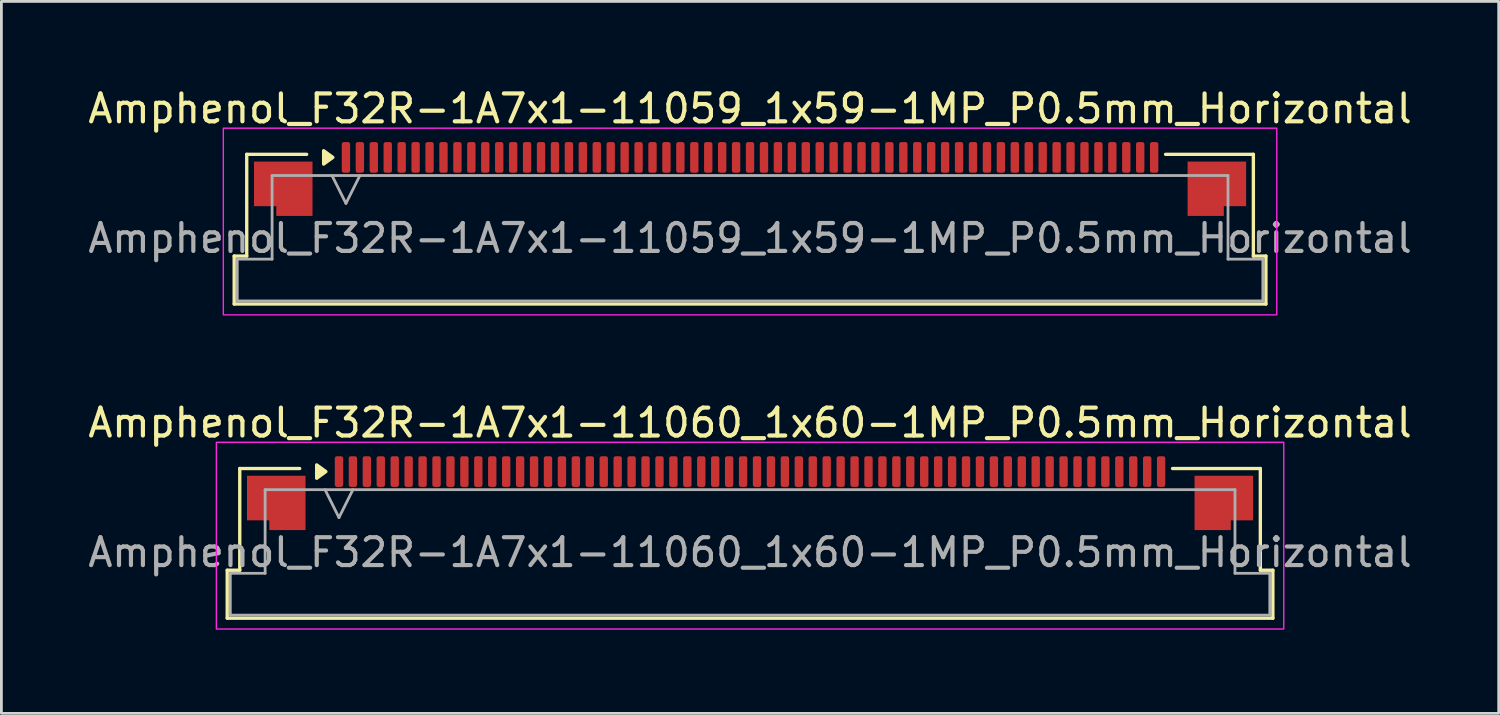
<source format=kicad_pcb>
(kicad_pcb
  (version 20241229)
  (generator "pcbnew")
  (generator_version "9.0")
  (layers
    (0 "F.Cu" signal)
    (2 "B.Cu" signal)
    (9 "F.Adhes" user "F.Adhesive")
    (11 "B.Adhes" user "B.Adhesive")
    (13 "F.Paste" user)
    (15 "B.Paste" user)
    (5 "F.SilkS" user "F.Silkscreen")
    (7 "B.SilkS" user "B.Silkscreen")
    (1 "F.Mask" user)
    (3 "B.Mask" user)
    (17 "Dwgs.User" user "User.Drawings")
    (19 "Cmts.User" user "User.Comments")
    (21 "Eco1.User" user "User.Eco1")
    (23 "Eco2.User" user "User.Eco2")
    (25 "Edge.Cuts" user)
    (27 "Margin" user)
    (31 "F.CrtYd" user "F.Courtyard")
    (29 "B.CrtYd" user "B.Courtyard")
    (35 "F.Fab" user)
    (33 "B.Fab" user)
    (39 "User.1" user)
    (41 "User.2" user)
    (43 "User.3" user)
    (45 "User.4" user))
  (footprint "Amphenol_F32R-1A7x1-11060_1x60-1MP_P0.5mm_Horizontal"
    (layer "F.Cu")
    (at 23.863 16.771)
    (property "Reference" "Amphenol_F32R-1A7x1-11060_1x60-1MP_P0.5mm_Horizontal" (at 0 -4.65 0) (layer "F.SilkS") (effects (font (size 1 1) (thickness 0.15))))
    (attr smd)
    (fp_line (start -18.76 0.64) (end -18.31 0.64) (stroke (width 0.12) (type solid)) (layer "F.SilkS"))
    (fp_line (start -18.76 2.36) (end -18.76 0.64) (stroke (width 0.12) (type solid)) (layer "F.SilkS"))
    (fp_line (start -18.31 -3.01) (end -16.16 -3.01) (stroke (width 0.12) (type solid)) (layer "F.SilkS"))
    (fp_line (start -18.31 0.64) (end -18.31 -3.01) (stroke (width 0.12) (type solid)) (layer "F.SilkS"))
    (fp_line (start 15.16 -3.01) (end 18.31 -3.01) (stroke (width 0.12) (type solid)) (layer "F.SilkS"))
    (fp_line (start 18.31 -3.01) (end 18.31 0.64) (stroke (width 0.12) (type solid)) (layer "F.SilkS"))
    (fp_line (start 18.31 0.64) (end 18.76 0.64) (stroke (width 0.12) (type solid)) (layer "F.SilkS"))
    (fp_line (start 18.76 0.64) (end 18.76 2.36) (stroke (width 0.12) (type solid)) (layer "F.SilkS"))
    (fp_line (start 18.76 2.36) (end -18.76 2.36) (stroke (width 0.12) (type solid)) (layer "F.SilkS"))
    (fp_poly (pts (xy -15.22 -2.9) (xy -15.55 -2.66) (xy -15.55 -3.14)) (stroke (width 0.12) (type solid)) (fill yes) (layer "F.SilkS"))
    (fp_rect (start -19.15 -3.95) (end 19.15 2.75) (stroke (width 0.05) (type solid)) (fill no) (layer "F.CrtYd"))
    (fp_line (start -18.65 0.75) (end -17.4 0.75) (stroke (width 0.1) (type solid)) (layer "F.Fab"))
    (fp_line (start -18.65 2.25) (end -18.65 0.75) (stroke (width 0.1) (type solid)) (layer "F.Fab"))
    (fp_line (start -17.4 -2.25) (end 17.4 -2.25) (stroke (width 0.1) (type solid)) (layer "F.Fab"))
    (fp_line (start -17.4 0.75) (end -17.4 -2.25) (stroke (width 0.1) (type solid)) (layer "F.Fab"))
    (fp_line (start -15.25 -2.25) (end -14.75 -1.25) (stroke (width 0.1) (type solid)) (layer "F.Fab"))
    (fp_line (start -14.75 -1.25) (end -14.25 -2.25) (stroke (width 0.1) (type solid)) (layer "F.Fab"))
    (fp_line (start 17.4 -2.25) (end 17.4 0.75) (stroke (width 0.1) (type solid)) (layer "F.Fab"))
    (fp_line (start 17.4 0.75) (end 18.65 0.75) (stroke (width 0.1) (type solid)) (layer "F.Fab"))
    (fp_line (start 18.65 0.75) (end 18.65 2.25) (stroke (width 0.1) (type solid)) (layer "F.Fab"))
    (fp_line (start 18.65 2.25) (end -18.65 2.25) (stroke (width 0.1) (type solid)) (layer "F.Fab"))
    (fp_text user "${REFERENCE}" (at 0 0 0) (layer "F.Fab") (effects (font (size 1 1) (thickness 0.15))))
    (pad "1" smd roundrect (at -14.75 -2.9) (size 0.3 1.1) (layers "F.Cu" "F.Mask" "F.Paste") (roundrect_rratio 0.25))
    (pad "2" smd roundrect (at -14.25 -2.9) (size 0.3 1.1) (layers "F.Cu" "F.Mask" "F.Paste") (roundrect_rratio 0.25))
    (pad "3" smd roundrect (at -13.75 -2.9) (size 0.3 1.1) (layers "F.Cu" "F.Mask" "F.Paste") (roundrect_rratio 0.25))
    (pad "4" smd roundrect (at -13.25 -2.9) (size 0.3 1.1) (layers "F.Cu" "F.Mask" "F.Paste") (roundrect_rratio 0.25))
    (pad "5" smd roundrect (at -12.75 -2.9) (size 0.3 1.1) (layers "F.Cu" "F.Mask" "F.Paste") (roundrect_rratio 0.25))
    (pad "6" smd roundrect (at -12.25 -2.9) (size 0.3 1.1) (layers "F.Cu" "F.Mask" "F.Paste") (roundrect_rratio 0.25))
    (pad "7" smd roundrect (at -11.75 -2.9) (size 0.3 1.1) (layers "F.Cu" "F.Mask" "F.Paste") (roundrect_rratio 0.25))
    (pad "8" smd roundrect (at -11.25 -2.9) (size 0.3 1.1) (layers "F.Cu" "F.Mask" "F.Paste") (roundrect_rratio 0.25))
    (pad "9" smd roundrect (at -10.75 -2.9) (size 0.3 1.1) (layers "F.Cu" "F.Mask" "F.Paste") (roundrect_rratio 0.25))
    (pad "10" smd roundrect (at -10.25 -2.9) (size 0.3 1.1) (layers "F.Cu" "F.Mask" "F.Paste") (roundrect_rratio 0.25))
    (pad "11" smd roundrect (at -9.75 -2.9) (size 0.3 1.1) (layers "F.Cu" "F.Mask" "F.Paste") (roundrect_rratio 0.25))
    (pad "12" smd roundrect (at -9.25 -2.9) (size 0.3 1.1) (layers "F.Cu" "F.Mask" "F.Paste") (roundrect_rratio 0.25))
    (pad "13" smd roundrect (at -8.75 -2.9) (size 0.3 1.1) (layers "F.Cu" "F.Mask" "F.Paste") (roundrect_rratio 0.25))
    (pad "14" smd roundrect (at -8.25 -2.9) (size 0.3 1.1) (layers "F.Cu" "F.Mask" "F.Paste") (roundrect_rratio 0.25))
    (pad "15" smd roundrect (at -7.75 -2.9) (size 0.3 1.1) (layers "F.Cu" "F.Mask" "F.Paste") (roundrect_rratio 0.25))
    (pad "16" smd roundrect (at -7.25 -2.9) (size 0.3 1.1) (layers "F.Cu" "F.Mask" "F.Paste") (roundrect_rratio 0.25))
    (pad "17" smd roundrect (at -6.75 -2.9) (size 0.3 1.1) (layers "F.Cu" "F.Mask" "F.Paste") (roundrect_rratio 0.25))
    (pad "18" smd roundrect (at -6.25 -2.9) (size 0.3 1.1) (layers "F.Cu" "F.Mask" "F.Paste") (roundrect_rratio 0.25))
    (pad "19" smd roundrect (at -5.75 -2.9) (size 0.3 1.1) (layers "F.Cu" "F.Mask" "F.Paste") (roundrect_rratio 0.25))
    (pad "20" smd roundrect (at -5.25 -2.9) (size 0.3 1.1) (layers "F.Cu" "F.Mask" "F.Paste") (roundrect_rratio 0.25))
    (pad "21" smd roundrect (at -4.75 -2.9) (size 0.3 1.1) (layers "F.Cu" "F.Mask" "F.Paste") (roundrect_rratio 0.25))
    (pad "22" smd roundrect (at -4.25 -2.9) (size 0.3 1.1) (layers "F.Cu" "F.Mask" "F.Paste") (roundrect_rratio 0.25))
    (pad "23" smd roundrect (at -3.75 -2.9) (size 0.3 1.1) (layers "F.Cu" "F.Mask" "F.Paste") (roundrect_rratio 0.25))
    (pad "24" smd roundrect (at -3.25 -2.9) (size 0.3 1.1) (layers "F.Cu" "F.Mask" "F.Paste") (roundrect_rratio 0.25))
    (pad "25" smd roundrect (at -2.75 -2.9) (size 0.3 1.1) (layers "F.Cu" "F.Mask" "F.Paste") (roundrect_rratio 0.25))
    (pad "26" smd roundrect (at -2.25 -2.9) (size 0.3 1.1) (layers "F.Cu" "F.Mask" "F.Paste") (roundrect_rratio 0.25))
    (pad "27" smd roundrect (at -1.75 -2.9) (size 0.3 1.1) (layers "F.Cu" "F.Mask" "F.Paste") (roundrect_rratio 0.25))
    (pad "28" smd roundrect (at -1.25 -2.9) (size 0.3 1.1) (layers "F.Cu" "F.Mask" "F.Paste") (roundrect_rratio 0.25))
    (pad "29" smd roundrect (at -0.75 -2.9) (size 0.3 1.1) (layers "F.Cu" "F.Mask" "F.Paste") (roundrect_rratio 0.25))
    (pad "30" smd roundrect (at -0.25 -2.9) (size 0.3 1.1) (layers "F.Cu" "F.Mask" "F.Paste") (roundrect_rratio 0.25))
    (pad "31" smd roundrect (at 0.25 -2.9) (size 0.3 1.1) (layers "F.Cu" "F.Mask" "F.Paste") (roundrect_rratio 0.25))
    (pad "32" smd roundrect (at 0.75 -2.9) (size 0.3 1.1) (layers "F.Cu" "F.Mask" "F.Paste") (roundrect_rratio 0.25))
    (pad "33" smd roundrect (at 1.25 -2.9) (size 0.3 1.1) (layers "F.Cu" "F.Mask" "F.Paste") (roundrect_rratio 0.25))
    (pad "34" smd roundrect (at 1.75 -2.9) (size 0.3 1.1) (layers "F.Cu" "F.Mask" "F.Paste") (roundrect_rratio 0.25))
    (pad "35" smd roundrect (at 2.25 -2.9) (size 0.3 1.1) (layers "F.Cu" "F.Mask" "F.Paste") (roundrect_rratio 0.25))
    (pad "36" smd roundrect (at 2.75 -2.9) (size 0.3 1.1) (layers "F.Cu" "F.Mask" "F.Paste") (roundrect_rratio 0.25))
    (pad "37" smd roundrect (at 3.25 -2.9) (size 0.3 1.1) (layers "F.Cu" "F.Mask" "F.Paste") (roundrect_rratio 0.25))
    (pad "38" smd roundrect (at 3.75 -2.9) (size 0.3 1.1) (layers "F.Cu" "F.Mask" "F.Paste") (roundrect_rratio 0.25))
    (pad "39" smd roundrect (at 4.25 -2.9) (size 0.3 1.1) (layers "F.Cu" "F.Mask" "F.Paste") (roundrect_rratio 0.25))
    (pad "40" smd roundrect (at 4.75 -2.9) (size 0.3 1.1) (layers "F.Cu" "F.Mask" "F.Paste") (roundrect_rratio 0.25))
    (pad "41" smd roundrect (at 5.25 -2.9) (size 0.3 1.1) (layers "F.Cu" "F.Mask" "F.Paste") (roundrect_rratio 0.25))
    (pad "42" smd roundrect (at 5.75 -2.9) (size 0.3 1.1) (layers "F.Cu" "F.Mask" "F.Paste") (roundrect_rratio 0.25))
    (pad "43" smd roundrect (at 6.25 -2.9) (size 0.3 1.1) (layers "F.Cu" "F.Mask" "F.Paste") (roundrect_rratio 0.25))
    (pad "44" smd roundrect (at 6.75 -2.9) (size 0.3 1.1) (layers "F.Cu" "F.Mask" "F.Paste") (roundrect_rratio 0.25))
    (pad "45" smd roundrect (at 7.25 -2.9) (size 0.3 1.1) (layers "F.Cu" "F.Mask" "F.Paste") (roundrect_rratio 0.25))
    (pad "46" smd roundrect (at 7.75 -2.9) (size 0.3 1.1) (layers "F.Cu" "F.Mask" "F.Paste") (roundrect_rratio 0.25))
    (pad "47" smd roundrect (at 8.25 -2.9) (size 0.3 1.1) (layers "F.Cu" "F.Mask" "F.Paste") (roundrect_rratio 0.25))
    (pad "48" smd roundrect (at 8.75 -2.9) (size 0.3 1.1) (layers "F.Cu" "F.Mask" "F.Paste") (roundrect_rratio 0.25))
    (pad "49" smd roundrect (at 9.25 -2.9) (size 0.3 1.1) (layers "F.Cu" "F.Mask" "F.Paste") (roundrect_rratio 0.25))
    (pad "50" smd roundrect (at 9.75 -2.9) (size 0.3 1.1) (layers "F.Cu" "F.Mask" "F.Paste") (roundrect_rratio 0.25))
    (pad "51" smd roundrect (at 10.25 -2.9) (size 0.3 1.1) (layers "F.Cu" "F.Mask" "F.Paste") (roundrect_rratio 0.25))
    (pad "52" smd roundrect (at 10.75 -2.9) (size 0.3 1.1) (layers "F.Cu" "F.Mask" "F.Paste") (roundrect_rratio 0.25))
    (pad "53" smd roundrect (at 11.25 -2.9) (size 0.3 1.1) (layers "F.Cu" "F.Mask" "F.Paste") (roundrect_rratio 0.25))
    (pad "54" smd roundrect (at 11.75 -2.9) (size 0.3 1.1) (layers "F.Cu" "F.Mask" "F.Paste") (roundrect_rratio 0.25))
    (pad "55" smd roundrect (at 12.25 -2.9) (size 0.3 1.1) (layers "F.Cu" "F.Mask" "F.Paste") (roundrect_rratio 0.25))
    (pad "56" smd roundrect (at 12.75 -2.9) (size 0.3 1.1) (layers "F.Cu" "F.Mask" "F.Paste") (roundrect_rratio 0.25))
    (pad "57" smd roundrect (at 13.25 -2.9) (size 0.3 1.1) (layers "F.Cu" "F.Mask" "F.Paste") (roundrect_rratio 0.25))
    (pad "58" smd roundrect (at 13.75 -2.9) (size 0.3 1.1) (layers "F.Cu" "F.Mask" "F.Paste") (roundrect_rratio 0.25))
    (pad "59" smd roundrect (at 14.25 -2.9) (size 0.3 1.1) (layers "F.Cu" "F.Mask" "F.Paste") (roundrect_rratio 0.25))
    (pad "60" smd roundrect (at 14.75 -2.9) (size 0.3 1.1) (layers "F.Cu" "F.Mask" "F.Paste") (roundrect_rratio 0.25))
    (pad "MP" smd custom (at -17 -1.775) (size 1 1) (layers "F.Cu" "F.Mask" "F.Paste") (options (anchor circle)) (primitives (gr_poly (pts (xy 1.05 -0.975) (xy 1.05 0.975) (xy -0.25 0.975) (xy -0.25 0.625) (xy -1.05 0.625) (xy -1.05 -0.975)) (width 0) (fill yes))))
    (pad "MP" smd custom (at 17 -1.775) (size 1 1) (layers "F.Cu" "F.Mask" "F.Paste") (options (anchor circle)) (primitives (gr_poly (pts (xy -1.05 -0.975) (xy -1.05 0.975) (xy 0.25 0.975) (xy 0.25 0.625) (xy 1.05 0.625) (xy 1.05 -0.975)) (width 0) (fill yes)))))
  (footprint "Amphenol_F32R-1A7x1-11059_1x59-1MP_P0.5mm_Horizontal"
    (layer "F.Cu")
    (at 23.863 5.498)
    (property "Reference" "Amphenol_F32R-1A7x1-11059_1x59-1MP_P0.5mm_Horizontal" (at 0 -4.65 0) (layer "F.SilkS") (effects (font (size 1 1) (thickness 0.15))))
    (attr smd)
    (fp_line (start -18.51 0.64) (end -18.06 0.64) (stroke (width 0.12) (type solid)) (layer "F.SilkS"))
    (fp_line (start -18.51 2.36) (end -18.51 0.64) (stroke (width 0.12) (type solid)) (layer "F.SilkS"))
    (fp_line (start -18.06 -3.01) (end -15.91 -3.01) (stroke (width 0.12) (type solid)) (layer "F.SilkS"))
    (fp_line (start -18.06 0.64) (end -18.06 -3.01) (stroke (width 0.12) (type solid)) (layer "F.SilkS"))
    (fp_line (start 14.91 -3.01) (end 18.06 -3.01) (stroke (width 0.12) (type solid)) (layer "F.SilkS"))
    (fp_line (start 18.06 -3.01) (end 18.06 0.64) (stroke (width 0.12) (type solid)) (layer "F.SilkS"))
    (fp_line (start 18.06 0.64) (end 18.51 0.64) (stroke (width 0.12) (type solid)) (layer "F.SilkS"))
    (fp_line (start 18.51 0.64) (end 18.51 2.36) (stroke (width 0.12) (type solid)) (layer "F.SilkS"))
    (fp_line (start 18.51 2.36) (end -18.51 2.36) (stroke (width 0.12) (type solid)) (layer "F.SilkS"))
    (fp_poly (pts (xy -14.97 -2.9) (xy -15.3 -2.66) (xy -15.3 -3.14)) (stroke (width 0.12) (type solid)) (fill yes) (layer "F.SilkS"))
    (fp_rect (start -18.9 -3.95) (end 18.9 2.75) (stroke (width 0.05) (type solid)) (fill no) (layer "F.CrtYd"))
    (fp_line (start -18.4 0.75) (end -17.15 0.75) (stroke (width 0.1) (type solid)) (layer "F.Fab"))
    (fp_line (start -18.4 2.25) (end -18.4 0.75) (stroke (width 0.1) (type solid)) (layer "F.Fab"))
    (fp_line (start -17.15 -2.25) (end 17.15 -2.25) (stroke (width 0.1) (type solid)) (layer "F.Fab"))
    (fp_line (start -17.15 0.75) (end -17.15 -2.25) (stroke (width 0.1) (type solid)) (layer "F.Fab"))
    (fp_line (start -15 -2.25) (end -14.5 -1.25) (stroke (width 0.1) (type solid)) (layer "F.Fab"))
    (fp_line (start -14.5 -1.25) (end -14 -2.25) (stroke (width 0.1) (type solid)) (layer "F.Fab"))
    (fp_line (start 17.15 -2.25) (end 17.15 0.75) (stroke (width 0.1) (type solid)) (layer "F.Fab"))
    (fp_line (start 17.15 0.75) (end 18.4 0.75) (stroke (width 0.1) (type solid)) (layer "F.Fab"))
    (fp_line (start 18.4 0.75) (end 18.4 2.25) (stroke (width 0.1) (type solid)) (layer "F.Fab"))
    (fp_line (start 18.4 2.25) (end -18.4 2.25) (stroke (width 0.1) (type solid)) (layer "F.Fab"))
    (fp_text user "${REFERENCE}" (at 0 0 0) (layer "F.Fab") (effects (font (size 1 1) (thickness 0.15))))
    (pad "1" smd roundrect (at -14.5 -2.9) (size 0.3 1.1) (layers "F.Cu" "F.Mask" "F.Paste") (roundrect_rratio 0.25))
    (pad "2" smd roundrect (at -14 -2.9) (size 0.3 1.1) (layers "F.Cu" "F.Mask" "F.Paste") (roundrect_rratio 0.25))
    (pad "3" smd roundrect (at -13.5 -2.9) (size 0.3 1.1) (layers "F.Cu" "F.Mask" "F.Paste") (roundrect_rratio 0.25))
    (pad "4" smd roundrect (at -13 -2.9) (size 0.3 1.1) (layers "F.Cu" "F.Mask" "F.Paste") (roundrect_rratio 0.25))
    (pad "5" smd roundrect (at -12.5 -2.9) (size 0.3 1.1) (layers "F.Cu" "F.Mask" "F.Paste") (roundrect_rratio 0.25))
    (pad "6" smd roundrect (at -12 -2.9) (size 0.3 1.1) (layers "F.Cu" "F.Mask" "F.Paste") (roundrect_rratio 0.25))
    (pad "7" smd roundrect (at -11.5 -2.9) (size 0.3 1.1) (layers "F.Cu" "F.Mask" "F.Paste") (roundrect_rratio 0.25))
    (pad "8" smd roundrect (at -11 -2.9) (size 0.3 1.1) (layers "F.Cu" "F.Mask" "F.Paste") (roundrect_rratio 0.25))
    (pad "9" smd roundrect (at -10.5 -2.9) (size 0.3 1.1) (layers "F.Cu" "F.Mask" "F.Paste") (roundrect_rratio 0.25))
    (pad "10" smd roundrect (at -10 -2.9) (size 0.3 1.1) (layers "F.Cu" "F.Mask" "F.Paste") (roundrect_rratio 0.25))
    (pad "11" smd roundrect (at -9.5 -2.9) (size 0.3 1.1) (layers "F.Cu" "F.Mask" "F.Paste") (roundrect_rratio 0.25))
    (pad "12" smd roundrect (at -9 -2.9) (size 0.3 1.1) (layers "F.Cu" "F.Mask" "F.Paste") (roundrect_rratio 0.25))
    (pad "13" smd roundrect (at -8.5 -2.9) (size 0.3 1.1) (layers "F.Cu" "F.Mask" "F.Paste") (roundrect_rratio 0.25))
    (pad "14" smd roundrect (at -8 -2.9) (size 0.3 1.1) (layers "F.Cu" "F.Mask" "F.Paste") (roundrect_rratio 0.25))
    (pad "15" smd roundrect (at -7.5 -2.9) (size 0.3 1.1) (layers "F.Cu" "F.Mask" "F.Paste") (roundrect_rratio 0.25))
    (pad "16" smd roundrect (at -7 -2.9) (size 0.3 1.1) (layers "F.Cu" "F.Mask" "F.Paste") (roundrect_rratio 0.25))
    (pad "17" smd roundrect (at -6.5 -2.9) (size 0.3 1.1) (layers "F.Cu" "F.Mask" "F.Paste") (roundrect_rratio 0.25))
    (pad "18" smd roundrect (at -6 -2.9) (size 0.3 1.1) (layers "F.Cu" "F.Mask" "F.Paste") (roundrect_rratio 0.25))
    (pad "19" smd roundrect (at -5.5 -2.9) (size 0.3 1.1) (layers "F.Cu" "F.Mask" "F.Paste") (roundrect_rratio 0.25))
    (pad "20" smd roundrect (at -5 -2.9) (size 0.3 1.1) (layers "F.Cu" "F.Mask" "F.Paste") (roundrect_rratio 0.25))
    (pad "21" smd roundrect (at -4.5 -2.9) (size 0.3 1.1) (layers "F.Cu" "F.Mask" "F.Paste") (roundrect_rratio 0.25))
    (pad "22" smd roundrect (at -4 -2.9) (size 0.3 1.1) (layers "F.Cu" "F.Mask" "F.Paste") (roundrect_rratio 0.25))
    (pad "23" smd roundrect (at -3.5 -2.9) (size 0.3 1.1) (layers "F.Cu" "F.Mask" "F.Paste") (roundrect_rratio 0.25))
    (pad "24" smd roundrect (at -3 -2.9) (size 0.3 1.1) (layers "F.Cu" "F.Mask" "F.Paste") (roundrect_rratio 0.25))
    (pad "25" smd roundrect (at -2.5 -2.9) (size 0.3 1.1) (layers "F.Cu" "F.Mask" "F.Paste") (roundrect_rratio 0.25))
    (pad "26" smd roundrect (at -2 -2.9) (size 0.3 1.1) (layers "F.Cu" "F.Mask" "F.Paste") (roundrect_rratio 0.25))
    (pad "27" smd roundrect (at -1.5 -2.9) (size 0.3 1.1) (layers "F.Cu" "F.Mask" "F.Paste") (roundrect_rratio 0.25))
    (pad "28" smd roundrect (at -1 -2.9) (size 0.3 1.1) (layers "F.Cu" "F.Mask" "F.Paste") (roundrect_rratio 0.25))
    (pad "29" smd roundrect (at -0.5 -2.9) (size 0.3 1.1) (layers "F.Cu" "F.Mask" "F.Paste") (roundrect_rratio 0.25))
    (pad "30" smd roundrect (at 0 -2.9) (size 0.3 1.1) (layers "F.Cu" "F.Mask" "F.Paste") (roundrect_rratio 0.25))
    (pad "31" smd roundrect (at 0.5 -2.9) (size 0.3 1.1) (layers "F.Cu" "F.Mask" "F.Paste") (roundrect_rratio 0.25))
    (pad "32" smd roundrect (at 1 -2.9) (size 0.3 1.1) (layers "F.Cu" "F.Mask" "F.Paste") (roundrect_rratio 0.25))
    (pad "33" smd roundrect (at 1.5 -2.9) (size 0.3 1.1) (layers "F.Cu" "F.Mask" "F.Paste") (roundrect_rratio 0.25))
    (pad "34" smd roundrect (at 2 -2.9) (size 0.3 1.1) (layers "F.Cu" "F.Mask" "F.Paste") (roundrect_rratio 0.25))
    (pad "35" smd roundrect (at 2.5 -2.9) (size 0.3 1.1) (layers "F.Cu" "F.Mask" "F.Paste") (roundrect_rratio 0.25))
    (pad "36" smd roundrect (at 3 -2.9) (size 0.3 1.1) (layers "F.Cu" "F.Mask" "F.Paste") (roundrect_rratio 0.25))
    (pad "37" smd roundrect (at 3.5 -2.9) (size 0.3 1.1) (layers "F.Cu" "F.Mask" "F.Paste") (roundrect_rratio 0.25))
    (pad "38" smd roundrect (at 4 -2.9) (size 0.3 1.1) (layers "F.Cu" "F.Mask" "F.Paste") (roundrect_rratio 0.25))
    (pad "39" smd roundrect (at 4.5 -2.9) (size 0.3 1.1) (layers "F.Cu" "F.Mask" "F.Paste") (roundrect_rratio 0.25))
    (pad "40" smd roundrect (at 5 -2.9) (size 0.3 1.1) (layers "F.Cu" "F.Mask" "F.Paste") (roundrect_rratio 0.25))
    (pad "41" smd roundrect (at 5.5 -2.9) (size 0.3 1.1) (layers "F.Cu" "F.Mask" "F.Paste") (roundrect_rratio 0.25))
    (pad "42" smd roundrect (at 6 -2.9) (size 0.3 1.1) (layers "F.Cu" "F.Mask" "F.Paste") (roundrect_rratio 0.25))
    (pad "43" smd roundrect (at 6.5 -2.9) (size 0.3 1.1) (layers "F.Cu" "F.Mask" "F.Paste") (roundrect_rratio 0.25))
    (pad "44" smd roundrect (at 7 -2.9) (size 0.3 1.1) (layers "F.Cu" "F.Mask" "F.Paste") (roundrect_rratio 0.25))
    (pad "45" smd roundrect (at 7.5 -2.9) (size 0.3 1.1) (layers "F.Cu" "F.Mask" "F.Paste") (roundrect_rratio 0.25))
    (pad "46" smd roundrect (at 8 -2.9) (size 0.3 1.1) (layers "F.Cu" "F.Mask" "F.Paste") (roundrect_rratio 0.25))
    (pad "47" smd roundrect (at 8.5 -2.9) (size 0.3 1.1) (layers "F.Cu" "F.Mask" "F.Paste") (roundrect_rratio 0.25))
    (pad "48" smd roundrect (at 9 -2.9) (size 0.3 1.1) (layers "F.Cu" "F.Mask" "F.Paste") (roundrect_rratio 0.25))
    (pad "49" smd roundrect (at 9.5 -2.9) (size 0.3 1.1) (layers "F.Cu" "F.Mask" "F.Paste") (roundrect_rratio 0.25))
    (pad "50" smd roundrect (at 10 -2.9) (size 0.3 1.1) (layers "F.Cu" "F.Mask" "F.Paste") (roundrect_rratio 0.25))
    (pad "51" smd roundrect (at 10.5 -2.9) (size 0.3 1.1) (layers "F.Cu" "F.Mask" "F.Paste") (roundrect_rratio 0.25))
    (pad "52" smd roundrect (at 11 -2.9) (size 0.3 1.1) (layers "F.Cu" "F.Mask" "F.Paste") (roundrect_rratio 0.25))
    (pad "53" smd roundrect (at 11.5 -2.9) (size 0.3 1.1) (layers "F.Cu" "F.Mask" "F.Paste") (roundrect_rratio 0.25))
    (pad "54" smd roundrect (at 12 -2.9) (size 0.3 1.1) (layers "F.Cu" "F.Mask" "F.Paste") (roundrect_rratio 0.25))
    (pad "55" smd roundrect (at 12.5 -2.9) (size 0.3 1.1) (layers "F.Cu" "F.Mask" "F.Paste") (roundrect_rratio 0.25))
    (pad "56" smd roundrect (at 13 -2.9) (size 0.3 1.1) (layers "F.Cu" "F.Mask" "F.Paste") (roundrect_rratio 0.25))
    (pad "57" smd roundrect (at 13.5 -2.9) (size 0.3 1.1) (layers "F.Cu" "F.Mask" "F.Paste") (roundrect_rratio 0.25))
    (pad "58" smd roundrect (at 14 -2.9) (size 0.3 1.1) (layers "F.Cu" "F.Mask" "F.Paste") (roundrect_rratio 0.25))
    (pad "59" smd roundrect (at 14.5 -2.9) (size 0.3 1.1) (layers "F.Cu" "F.Mask" "F.Paste") (roundrect_rratio 0.25))
    (pad "MP" smd custom (at -16.75 -1.775) (size 1 1) (layers "F.Cu" "F.Mask" "F.Paste") (options (anchor circle)) (primitives (gr_poly (pts (xy 1.05 -0.975) (xy 1.05 0.975) (xy -0.25 0.975) (xy -0.25 0.625) (xy -1.05 0.625) (xy -1.05 -0.975)) (width 0) (fill yes))))
    (pad "MP" smd custom (at 16.75 -1.775) (size 1 1) (layers "F.Cu" "F.Mask" "F.Paste") (options (anchor circle)) (primitives (gr_poly (pts (xy -1.05 -0.975) (xy -1.05 0.975) (xy 0.25 0.975) (xy 0.25 0.625) (xy 1.05 0.625) (xy 1.05 -0.975)) (width 0) (fill yes)))))
  (gr_rect
    (start -3 -3)
    (end 50.726 22.547)
    (stroke (width 0.1) (type default))
    (fill no)
    (layer "Edge.Cuts")))
</source>
